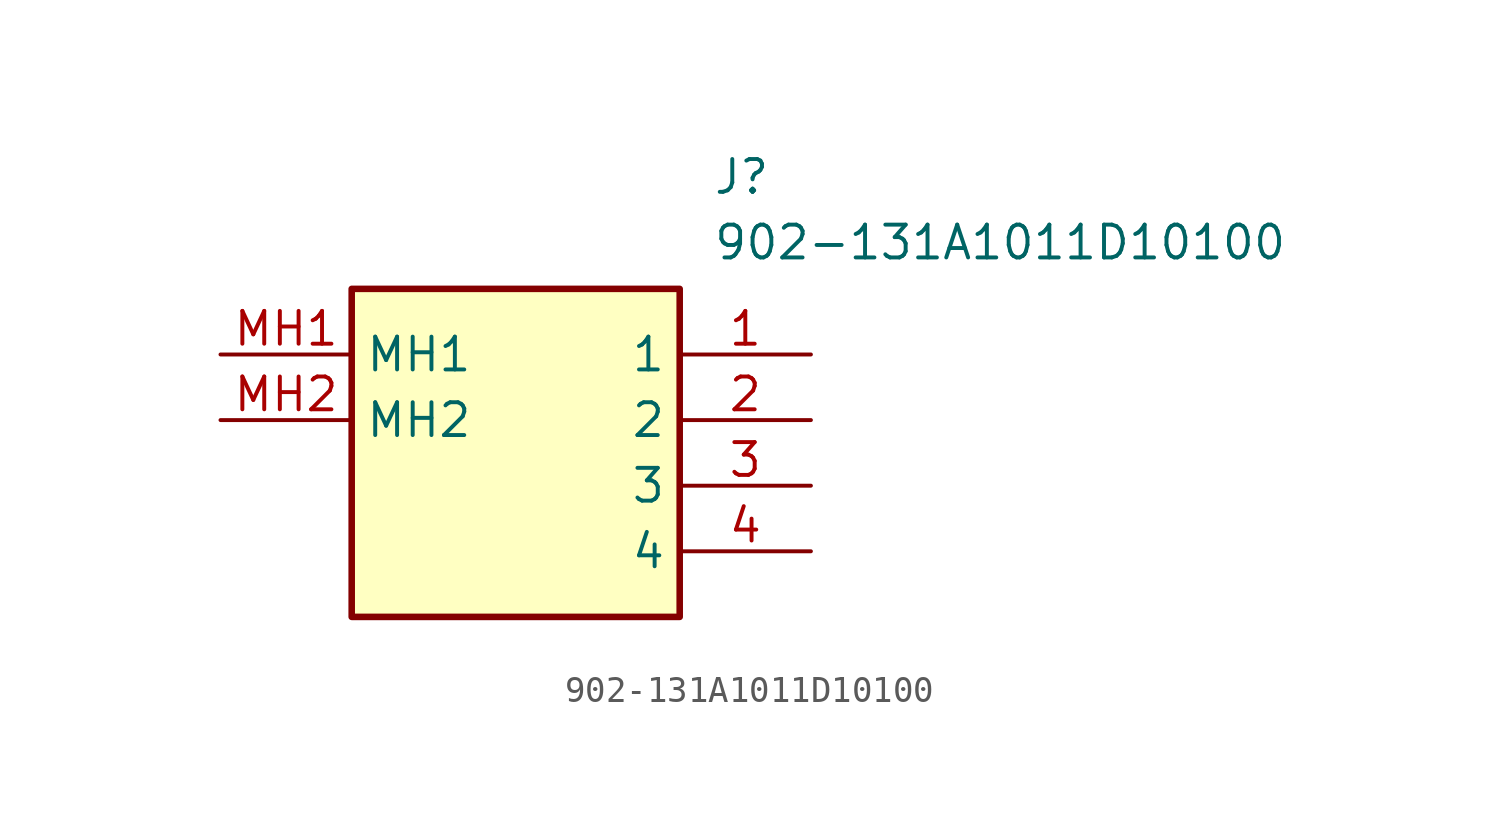
<source format=kicad_sym>
(kicad_symbol_lib
  (version 20211014)
  (generator SamacSys_ECAD_Model)
  (symbol "902-131A1011D10100"
    (property "Reference" "J"
      (at 19.05 7.62 0)
      (effects (font (size 1.27 1.27)) (justify left top)))
    (property "Value" "902-131A1011D10100"
      (at 19.05 5.08 0)
      (effects (font (size 1.27 1.27)) (justify left top)))
    (rectangle
      (start 5.08 2.54)
      (end 17.78 -10.16)
      (stroke (width 0.254) (type default))
      (fill (type background)))
    (pin passive line
      (at 22.86 0 180)
      (length 5.08)
      (name "1" (effects (font (size 1.27 1.27))))
      (number "1" (effects (font (size 1.27 1.27)))))
    (pin passive line
      (at 22.86 -2.54 180)
      (length 5.08)
      (name "2" (effects (font (size 1.27 1.27))))
      (number "2" (effects (font (size 1.27 1.27)))))
    (pin passive line
      (at 22.86 -5.08 180)
      (length 5.08)
      (name "3" (effects (font (size 1.27 1.27))))
      (number "3" (effects (font (size 1.27 1.27)))))
    (pin passive line
      (at 22.86 -7.62 180)
      (length 5.08)
      (name "4" (effects (font (size 1.27 1.27))))
      (number "4" (effects (font (size 1.27 1.27)))))
    (pin passive line
      (at 0 0 0)
      (length 5.08)
      (name "MH1" (effects (font (size 1.27 1.27))))
      (number "MH1" (effects (font (size 1.27 1.27)))))
    (pin passive line
      (at 0 -2.54 0)
      (length 5.08)
      (name "MH2" (effects (font (size 1.27 1.27))))
      (number "MH2" (effects (font (size 1.27 1.27)))))))
</source>
